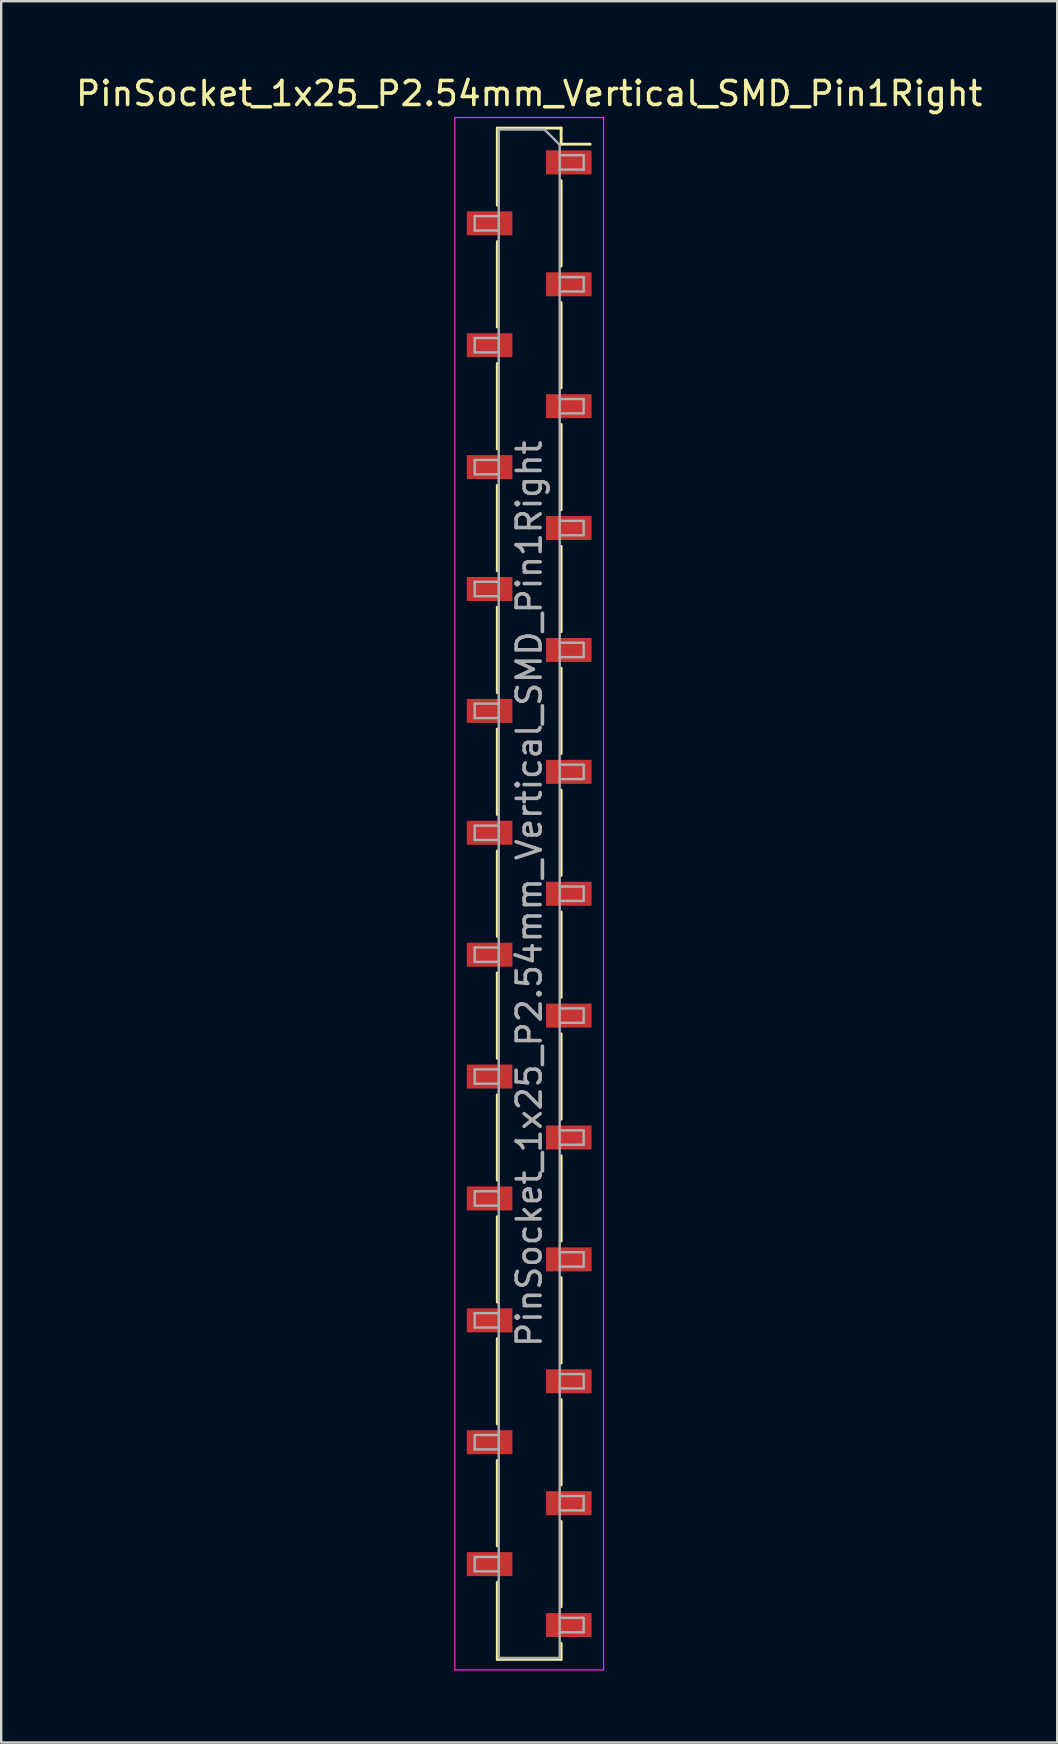
<source format=kicad_pcb>
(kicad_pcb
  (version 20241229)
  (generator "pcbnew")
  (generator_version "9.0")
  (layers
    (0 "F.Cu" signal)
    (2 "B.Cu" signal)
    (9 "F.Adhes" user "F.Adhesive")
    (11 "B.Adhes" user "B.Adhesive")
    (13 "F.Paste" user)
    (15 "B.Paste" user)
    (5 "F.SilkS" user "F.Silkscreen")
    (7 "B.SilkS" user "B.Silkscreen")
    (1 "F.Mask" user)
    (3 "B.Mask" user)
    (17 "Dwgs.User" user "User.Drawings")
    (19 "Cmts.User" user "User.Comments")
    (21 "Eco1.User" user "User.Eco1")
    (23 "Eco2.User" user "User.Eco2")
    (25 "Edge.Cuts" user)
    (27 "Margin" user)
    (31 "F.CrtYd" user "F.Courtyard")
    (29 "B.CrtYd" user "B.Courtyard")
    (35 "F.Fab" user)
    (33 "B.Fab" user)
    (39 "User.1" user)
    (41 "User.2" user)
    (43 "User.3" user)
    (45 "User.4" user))
  (footprint "PinSocket_1x25_P2.54mm_Vertical_SMD_Pin1Right"
    (layer "F.Cu")
    (at 19.006 34.198)
    (property "Reference" "PinSocket_1x25_P2.54mm_Vertical_SMD_Pin1Right" (at 0 -33.35 0) (layer "F.SilkS") (effects (font (size 1 1) (thickness 0.15))))
    (attr smd)
    (fp_line (start -1.33 -31.91) (end -1.33 -28.7) (stroke (width 0.12) (type solid)) (layer "F.SilkS"))
    (fp_line (start -1.33 -31.91) (end 1.33 -31.91) (stroke (width 0.12) (type solid)) (layer "F.SilkS"))
    (fp_line (start -1.33 -27.18) (end -1.33 -23.62) (stroke (width 0.12) (type solid)) (layer "F.SilkS"))
    (fp_line (start -1.33 -22.1) (end -1.33 -18.54) (stroke (width 0.12) (type solid)) (layer "F.SilkS"))
    (fp_line (start -1.33 -17.02) (end -1.33 -13.46) (stroke (width 0.12) (type solid)) (layer "F.SilkS"))
    (fp_line (start -1.33 -11.94) (end -1.33 -8.38) (stroke (width 0.12) (type solid)) (layer "F.SilkS"))
    (fp_line (start -1.33 -6.86) (end -1.33 -3.3) (stroke (width 0.12) (type solid)) (layer "F.SilkS"))
    (fp_line (start -1.33 -1.78) (end -1.33 1.78) (stroke (width 0.12) (type solid)) (layer "F.SilkS"))
    (fp_line (start -1.33 3.3) (end -1.33 6.86) (stroke (width 0.12) (type solid)) (layer "F.SilkS"))
    (fp_line (start -1.33 8.38) (end -1.33 11.94) (stroke (width 0.12) (type solid)) (layer "F.SilkS"))
    (fp_line (start -1.33 13.46) (end -1.33 17.02) (stroke (width 0.12) (type solid)) (layer "F.SilkS"))
    (fp_line (start -1.33 18.54) (end -1.33 22.1) (stroke (width 0.12) (type solid)) (layer "F.SilkS"))
    (fp_line (start -1.33 23.62) (end -1.33 27.18) (stroke (width 0.12) (type solid)) (layer "F.SilkS"))
    (fp_line (start -1.33 28.7) (end -1.33 31.91) (stroke (width 0.12) (type solid)) (layer "F.SilkS"))
    (fp_line (start -1.33 31.91) (end 1.33 31.91) (stroke (width 0.12) (type solid)) (layer "F.SilkS"))
    (fp_line (start 1.33 -31.91) (end 1.33 -31.24) (stroke (width 0.12) (type solid)) (layer "F.SilkS"))
    (fp_line (start 1.33 -31.24) (end 2.54 -31.24) (stroke (width 0.12) (type solid)) (layer "F.SilkS"))
    (fp_line (start 1.33 -29.72) (end 1.33 -26.16) (stroke (width 0.12) (type solid)) (layer "F.SilkS"))
    (fp_line (start 1.33 -24.64) (end 1.33 -21.08) (stroke (width 0.12) (type solid)) (layer "F.SilkS"))
    (fp_line (start 1.33 -19.56) (end 1.33 -16) (stroke (width 0.12) (type solid)) (layer "F.SilkS"))
    (fp_line (start 1.33 -14.48) (end 1.33 -10.92) (stroke (width 0.12) (type solid)) (layer "F.SilkS"))
    (fp_line (start 1.33 -9.4) (end 1.33 -5.84) (stroke (width 0.12) (type solid)) (layer "F.SilkS"))
    (fp_line (start 1.33 -4.32) (end 1.33 -0.76) (stroke (width 0.12) (type solid)) (layer "F.SilkS"))
    (fp_line (start 1.33 0.76) (end 1.33 4.32) (stroke (width 0.12) (type solid)) (layer "F.SilkS"))
    (fp_line (start 1.33 5.84) (end 1.33 9.4) (stroke (width 0.12) (type solid)) (layer "F.SilkS"))
    (fp_line (start 1.33 10.92) (end 1.33 14.48) (stroke (width 0.12) (type solid)) (layer "F.SilkS"))
    (fp_line (start 1.33 16) (end 1.33 19.56) (stroke (width 0.12) (type solid)) (layer "F.SilkS"))
    (fp_line (start 1.33 21.08) (end 1.33 24.64) (stroke (width 0.12) (type solid)) (layer "F.SilkS"))
    (fp_line (start 1.33 26.16) (end 1.33 29.72) (stroke (width 0.12) (type solid)) (layer "F.SilkS"))
    (fp_line (start 1.33 31.24) (end 1.33 31.91) (stroke (width 0.12) (type solid)) (layer "F.SilkS"))
    (fp_line (start -3.1 -32.35) (end 3.1 -32.35) (stroke (width 0.05) (type solid)) (layer "F.CrtYd"))
    (fp_line (start -3.1 32.35) (end -3.1 -32.35) (stroke (width 0.05) (type solid)) (layer "F.CrtYd"))
    (fp_line (start 3.1 -32.35) (end 3.1 32.35) (stroke (width 0.05) (type solid)) (layer "F.CrtYd"))
    (fp_line (start 3.1 32.35) (end -3.1 32.35) (stroke (width 0.05) (type solid)) (layer "F.CrtYd"))
    (fp_line (start -2.27 -28.24) (end -1.27 -28.24) (stroke (width 0.1) (type solid)) (layer "F.Fab"))
    (fp_line (start -2.27 -27.64) (end -2.27 -28.24) (stroke (width 0.1) (type solid)) (layer "F.Fab"))
    (fp_line (start -2.27 -23.16) (end -1.27 -23.16) (stroke (width 0.1) (type solid)) (layer "F.Fab"))
    (fp_line (start -2.27 -22.56) (end -2.27 -23.16) (stroke (width 0.1) (type solid)) (layer "F.Fab"))
    (fp_line (start -2.27 -18.08) (end -1.27 -18.08) (stroke (width 0.1) (type solid)) (layer "F.Fab"))
    (fp_line (start -2.27 -17.48) (end -2.27 -18.08) (stroke (width 0.1) (type solid)) (layer "F.Fab"))
    (fp_line (start -2.27 -13) (end -1.27 -13) (stroke (width 0.1) (type solid)) (layer "F.Fab"))
    (fp_line (start -2.27 -12.4) (end -2.27 -13) (stroke (width 0.1) (type solid)) (layer "F.Fab"))
    (fp_line (start -2.27 -7.92) (end -1.27 -7.92) (stroke (width 0.1) (type solid)) (layer "F.Fab"))
    (fp_line (start -2.27 -7.32) (end -2.27 -7.92) (stroke (width 0.1) (type solid)) (layer "F.Fab"))
    (fp_line (start -2.27 -2.84) (end -1.27 -2.84) (stroke (width 0.1) (type solid)) (layer "F.Fab"))
    (fp_line (start -2.27 -2.24) (end -2.27 -2.84) (stroke (width 0.1) (type solid)) (layer "F.Fab"))
    (fp_line (start -2.27 2.24) (end -1.27 2.24) (stroke (width 0.1) (type solid)) (layer "F.Fab"))
    (fp_line (start -2.27 2.84) (end -2.27 2.24) (stroke (width 0.1) (type solid)) (layer "F.Fab"))
    (fp_line (start -2.27 7.32) (end -1.27 7.32) (stroke (width 0.1) (type solid)) (layer "F.Fab"))
    (fp_line (start -2.27 7.92) (end -2.27 7.32) (stroke (width 0.1) (type solid)) (layer "F.Fab"))
    (fp_line (start -2.27 12.4) (end -1.27 12.4) (stroke (width 0.1) (type solid)) (layer "F.Fab"))
    (fp_line (start -2.27 13) (end -2.27 12.4) (stroke (width 0.1) (type solid)) (layer "F.Fab"))
    (fp_line (start -2.27 17.48) (end -1.27 17.48) (stroke (width 0.1) (type solid)) (layer "F.Fab"))
    (fp_line (start -2.27 18.08) (end -2.27 17.48) (stroke (width 0.1) (type solid)) (layer "F.Fab"))
    (fp_line (start -2.27 22.56) (end -1.27 22.56) (stroke (width 0.1) (type solid)) (layer "F.Fab"))
    (fp_line (start -2.27 23.16) (end -2.27 22.56) (stroke (width 0.1) (type solid)) (layer "F.Fab"))
    (fp_line (start -2.27 27.64) (end -1.27 27.64) (stroke (width 0.1) (type solid)) (layer "F.Fab"))
    (fp_line (start -2.27 28.24) (end -2.27 27.64) (stroke (width 0.1) (type solid)) (layer "F.Fab"))
    (fp_line (start -1.27 -31.85) (end 0.635 -31.85) (stroke (width 0.1) (type solid)) (layer "F.Fab"))
    (fp_line (start -1.27 -27.64) (end -2.27 -27.64) (stroke (width 0.1) (type solid)) (layer "F.Fab"))
    (fp_line (start -1.27 -22.56) (end -2.27 -22.56) (stroke (width 0.1) (type solid)) (layer "F.Fab"))
    (fp_line (start -1.27 -17.48) (end -2.27 -17.48) (stroke (width 0.1) (type solid)) (layer "F.Fab"))
    (fp_line (start -1.27 -12.4) (end -2.27 -12.4) (stroke (width 0.1) (type solid)) (layer "F.Fab"))
    (fp_line (start -1.27 -7.32) (end -2.27 -7.32) (stroke (width 0.1) (type solid)) (layer "F.Fab"))
    (fp_line (start -1.27 -2.24) (end -2.27 -2.24) (stroke (width 0.1) (type solid)) (layer "F.Fab"))
    (fp_line (start -1.27 2.84) (end -2.27 2.84) (stroke (width 0.1) (type solid)) (layer "F.Fab"))
    (fp_line (start -1.27 7.92) (end -2.27 7.92) (stroke (width 0.1) (type solid)) (layer "F.Fab"))
    (fp_line (start -1.27 13) (end -2.27 13) (stroke (width 0.1) (type solid)) (layer "F.Fab"))
    (fp_line (start -1.27 18.08) (end -2.27 18.08) (stroke (width 0.1) (type solid)) (layer "F.Fab"))
    (fp_line (start -1.27 23.16) (end -2.27 23.16) (stroke (width 0.1) (type solid)) (layer "F.Fab"))
    (fp_line (start -1.27 28.24) (end -2.27 28.24) (stroke (width 0.1) (type solid)) (layer "F.Fab"))
    (fp_line (start -1.27 31.85) (end -1.27 -31.85) (stroke (width 0.1) (type solid)) (layer "F.Fab"))
    (fp_line (start 0.635 -31.85) (end 1.27 -31.215) (stroke (width 0.1) (type solid)) (layer "F.Fab"))
    (fp_line (start 1.27 -31.215) (end 1.27 31.85) (stroke (width 0.1) (type solid)) (layer "F.Fab"))
    (fp_line (start 1.27 -30.78) (end 2.27 -30.78) (stroke (width 0.1) (type solid)) (layer "F.Fab"))
    (fp_line (start 1.27 -25.7) (end 2.27 -25.7) (stroke (width 0.1) (type solid)) (layer "F.Fab"))
    (fp_line (start 1.27 -20.62) (end 2.27 -20.62) (stroke (width 0.1) (type solid)) (layer "F.Fab"))
    (fp_line (start 1.27 -15.54) (end 2.27 -15.54) (stroke (width 0.1) (type solid)) (layer "F.Fab"))
    (fp_line (start 1.27 -10.46) (end 2.27 -10.46) (stroke (width 0.1) (type solid)) (layer "F.Fab"))
    (fp_line (start 1.27 -5.38) (end 2.27 -5.38) (stroke (width 0.1) (type solid)) (layer "F.Fab"))
    (fp_line (start 1.27 -0.3) (end 2.27 -0.3) (stroke (width 0.1) (type solid)) (layer "F.Fab"))
    (fp_line (start 1.27 4.78) (end 2.27 4.78) (stroke (width 0.1) (type solid)) (layer "F.Fab"))
    (fp_line (start 1.27 9.86) (end 2.27 9.86) (stroke (width 0.1) (type solid)) (layer "F.Fab"))
    (fp_line (start 1.27 14.94) (end 2.27 14.94) (stroke (width 0.1) (type solid)) (layer "F.Fab"))
    (fp_line (start 1.27 20.02) (end 2.27 20.02) (stroke (width 0.1) (type solid)) (layer "F.Fab"))
    (fp_line (start 1.27 25.1) (end 2.27 25.1) (stroke (width 0.1) (type solid)) (layer "F.Fab"))
    (fp_line (start 1.27 30.18) (end 2.27 30.18) (stroke (width 0.1) (type solid)) (layer "F.Fab"))
    (fp_line (start 1.27 31.85) (end -1.27 31.85) (stroke (width 0.1) (type solid)) (layer "F.Fab"))
    (fp_line (start 2.27 -30.78) (end 2.27 -30.18) (stroke (width 0.1) (type solid)) (layer "F.Fab"))
    (fp_line (start 2.27 -30.18) (end 1.27 -30.18) (stroke (width 0.1) (type solid)) (layer "F.Fab"))
    (fp_line (start 2.27 -25.7) (end 2.27 -25.1) (stroke (width 0.1) (type solid)) (layer "F.Fab"))
    (fp_line (start 2.27 -25.1) (end 1.27 -25.1) (stroke (width 0.1) (type solid)) (layer "F.Fab"))
    (fp_line (start 2.27 -20.62) (end 2.27 -20.02) (stroke (width 0.1) (type solid)) (layer "F.Fab"))
    (fp_line (start 2.27 -20.02) (end 1.27 -20.02) (stroke (width 0.1) (type solid)) (layer "F.Fab"))
    (fp_line (start 2.27 -15.54) (end 2.27 -14.94) (stroke (width 0.1) (type solid)) (layer "F.Fab"))
    (fp_line (start 2.27 -14.94) (end 1.27 -14.94) (stroke (width 0.1) (type solid)) (layer "F.Fab"))
    (fp_line (start 2.27 -10.46) (end 2.27 -9.86) (stroke (width 0.1) (type solid)) (layer "F.Fab"))
    (fp_line (start 2.27 -9.86) (end 1.27 -9.86) (stroke (width 0.1) (type solid)) (layer "F.Fab"))
    (fp_line (start 2.27 -5.38) (end 2.27 -4.78) (stroke (width 0.1) (type solid)) (layer "F.Fab"))
    (fp_line (start 2.27 -4.78) (end 1.27 -4.78) (stroke (width 0.1) (type solid)) (layer "F.Fab"))
    (fp_line (start 2.27 -0.3) (end 2.27 0.3) (stroke (width 0.1) (type solid)) (layer "F.Fab"))
    (fp_line (start 2.27 0.3) (end 1.27 0.3) (stroke (width 0.1) (type solid)) (layer "F.Fab"))
    (fp_line (start 2.27 4.78) (end 2.27 5.38) (stroke (width 0.1) (type solid)) (layer "F.Fab"))
    (fp_line (start 2.27 5.38) (end 1.27 5.38) (stroke (width 0.1) (type solid)) (layer "F.Fab"))
    (fp_line (start 2.27 9.86) (end 2.27 10.46) (stroke (width 0.1) (type solid)) (layer "F.Fab"))
    (fp_line (start 2.27 10.46) (end 1.27 10.46) (stroke (width 0.1) (type solid)) (layer "F.Fab"))
    (fp_line (start 2.27 14.94) (end 2.27 15.54) (stroke (width 0.1) (type solid)) (layer "F.Fab"))
    (fp_line (start 2.27 15.54) (end 1.27 15.54) (stroke (width 0.1) (type solid)) (layer "F.Fab"))
    (fp_line (start 2.27 20.02) (end 2.27 20.62) (stroke (width 0.1) (type solid)) (layer "F.Fab"))
    (fp_line (start 2.27 20.62) (end 1.27 20.62) (stroke (width 0.1) (type solid)) (layer "F.Fab"))
    (fp_line (start 2.27 25.1) (end 2.27 25.7) (stroke (width 0.1) (type solid)) (layer "F.Fab"))
    (fp_line (start 2.27 25.7) (end 1.27 25.7) (stroke (width 0.1) (type solid)) (layer "F.Fab"))
    (fp_line (start 2.27 30.18) (end 2.27 30.78) (stroke (width 0.1) (type solid)) (layer "F.Fab"))
    (fp_line (start 2.27 30.78) (end 1.27 30.78) (stroke (width 0.1) (type solid)) (layer "F.Fab"))
    (fp_text user "${REFERENCE}" (at 0 0 90) (layer "F.Fab") (effects (font (size 1 1) (thickness 0.15))))
    (pad "1" smd rect (at 1.65 -30.48) (size 1.9 1) (layers "F.Cu" "F.Mask" "F.Paste"))
    (pad "2" smd rect (at -1.65 -27.94) (size 1.9 1) (layers "F.Cu" "F.Mask" "F.Paste"))
    (pad "3" smd rect (at 1.65 -25.4) (size 1.9 1) (layers "F.Cu" "F.Mask" "F.Paste"))
    (pad "4" smd rect (at -1.65 -22.86) (size 1.9 1) (layers "F.Cu" "F.Mask" "F.Paste"))
    (pad "5" smd rect (at 1.65 -20.32) (size 1.9 1) (layers "F.Cu" "F.Mask" "F.Paste"))
    (pad "6" smd rect (at -1.65 -17.78) (size 1.9 1) (layers "F.Cu" "F.Mask" "F.Paste"))
    (pad "7" smd rect (at 1.65 -15.24) (size 1.9 1) (layers "F.Cu" "F.Mask" "F.Paste"))
    (pad "8" smd rect (at -1.65 -12.7) (size 1.9 1) (layers "F.Cu" "F.Mask" "F.Paste"))
    (pad "9" smd rect (at 1.65 -10.16) (size 1.9 1) (layers "F.Cu" "F.Mask" "F.Paste"))
    (pad "10" smd rect (at -1.65 -7.62) (size 1.9 1) (layers "F.Cu" "F.Mask" "F.Paste"))
    (pad "11" smd rect (at 1.65 -5.08) (size 1.9 1) (layers "F.Cu" "F.Mask" "F.Paste"))
    (pad "12" smd rect (at -1.65 -2.54) (size 1.9 1) (layers "F.Cu" "F.Mask" "F.Paste"))
    (pad "13" smd rect (at 1.65 0) (size 1.9 1) (layers "F.Cu" "F.Mask" "F.Paste"))
    (pad "14" smd rect (at -1.65 2.54) (size 1.9 1) (layers "F.Cu" "F.Mask" "F.Paste"))
    (pad "15" smd rect (at 1.65 5.08) (size 1.9 1) (layers "F.Cu" "F.Mask" "F.Paste"))
    (pad "16" smd rect (at -1.65 7.62) (size 1.9 1) (layers "F.Cu" "F.Mask" "F.Paste"))
    (pad "17" smd rect (at 1.65 10.16) (size 1.9 1) (layers "F.Cu" "F.Mask" "F.Paste"))
    (pad "18" smd rect (at -1.65 12.7) (size 1.9 1) (layers "F.Cu" "F.Mask" "F.Paste"))
    (pad "19" smd rect (at 1.65 15.24) (size 1.9 1) (layers "F.Cu" "F.Mask" "F.Paste"))
    (pad "20" smd rect (at -1.65 17.78) (size 1.9 1) (layers "F.Cu" "F.Mask" "F.Paste"))
    (pad "21" smd rect (at 1.65 20.32) (size 1.9 1) (layers "F.Cu" "F.Mask" "F.Paste"))
    (pad "22" smd rect (at -1.65 22.86) (size 1.9 1) (layers "F.Cu" "F.Mask" "F.Paste"))
    (pad "23" smd rect (at 1.65 25.4) (size 1.9 1) (layers "F.Cu" "F.Mask" "F.Paste"))
    (pad "24" smd rect (at -1.65 27.94) (size 1.9 1) (layers "F.Cu" "F.Mask" "F.Paste"))
    (pad "25" smd rect (at 1.65 30.48) (size 1.9 1) (layers "F.Cu" "F.Mask" "F.Paste")))
  (gr_rect
    (start -3 -3)
    (end 41.012 69.573)
    (stroke (width 0.1) (type default))
    (fill no)
    (layer "Edge.Cuts")))
</source>
